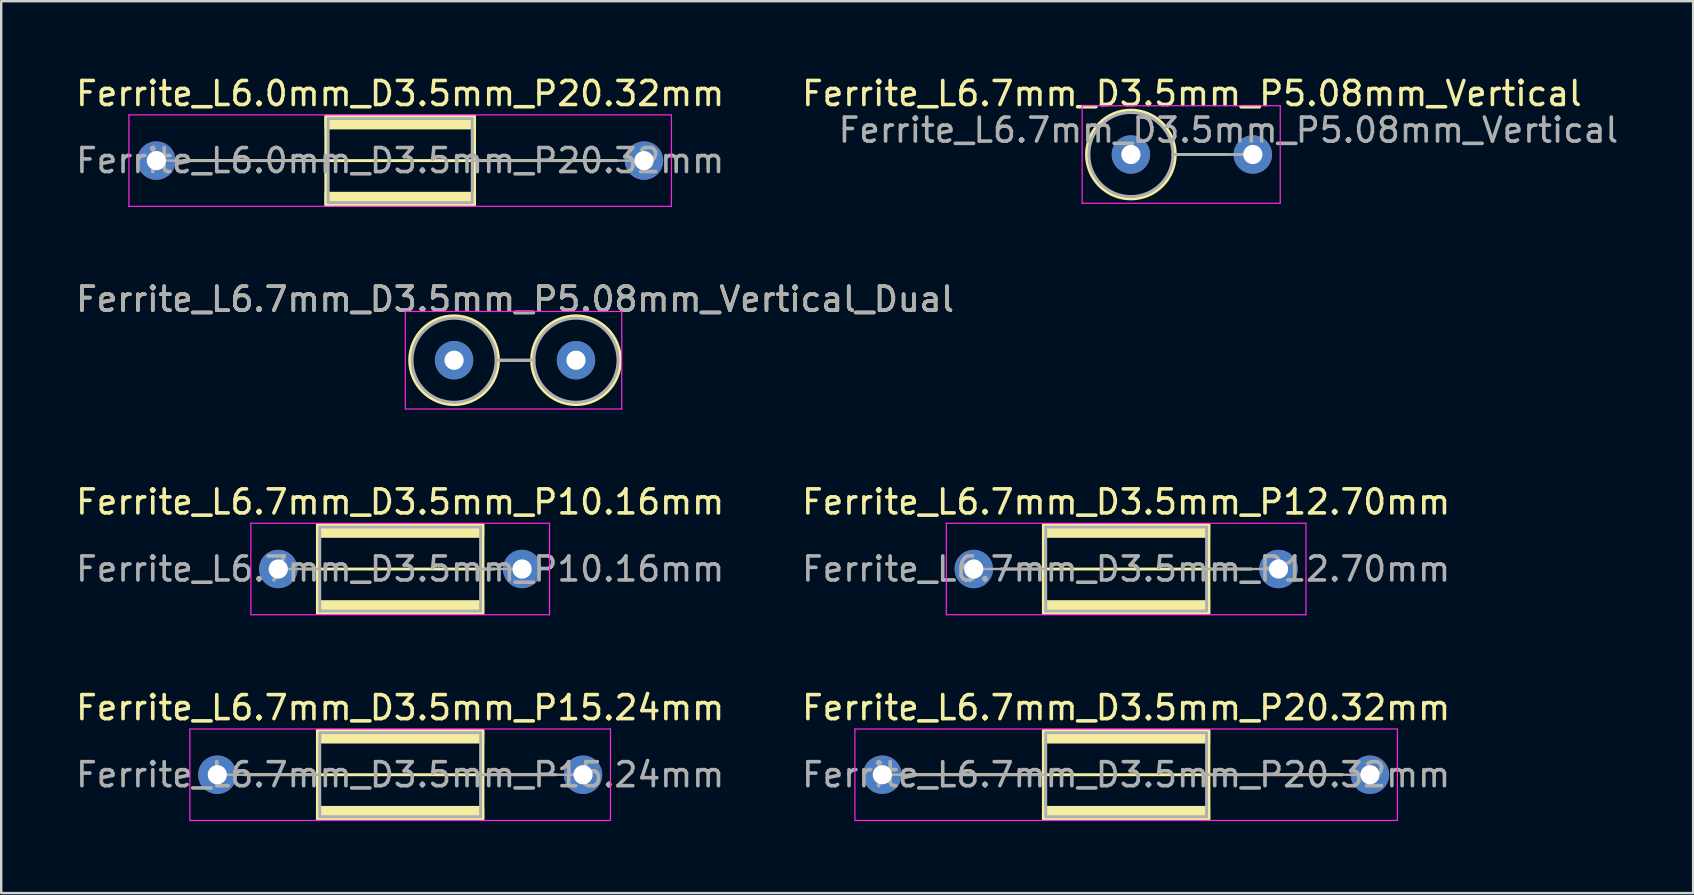
<source format=kicad_pcb>
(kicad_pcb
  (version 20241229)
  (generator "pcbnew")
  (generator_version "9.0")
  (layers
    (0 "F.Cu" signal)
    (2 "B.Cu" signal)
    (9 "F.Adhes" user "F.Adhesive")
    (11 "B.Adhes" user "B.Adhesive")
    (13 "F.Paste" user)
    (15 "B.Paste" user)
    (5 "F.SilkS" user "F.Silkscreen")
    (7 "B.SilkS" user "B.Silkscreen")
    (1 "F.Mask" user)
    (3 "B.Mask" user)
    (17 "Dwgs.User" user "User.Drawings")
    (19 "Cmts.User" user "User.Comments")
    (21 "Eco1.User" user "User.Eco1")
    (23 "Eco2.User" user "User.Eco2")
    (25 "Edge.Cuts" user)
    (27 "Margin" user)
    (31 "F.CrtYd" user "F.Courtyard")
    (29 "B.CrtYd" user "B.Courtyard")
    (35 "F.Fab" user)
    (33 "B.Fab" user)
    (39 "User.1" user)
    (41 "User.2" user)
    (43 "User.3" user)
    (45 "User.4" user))
  (footprint "Ferrite_L6.7mm_D3.5mm_P15.24mm"
    (layer "F.Cu")
    (at 6.005 29.232)
    (property "Reference" "Ferrite_L6.7mm_D3.5mm_P15.24mm" (at 7.62 -2.794 0) (layer "F.SilkS") (effects (font (size 1 1) (thickness 0.15))))
    (fp_line (start 6.694 0.000002) (end 1.143 0) (stroke (width 0.12) (type solid)) (layer "F.SilkS"))
    (fp_line (start 6.694 0.000002) (end 14.097 0) (stroke (width 0.12) (type solid)) (layer "F.SilkS"))
    (fp_rect (start 4.17 -1.85) (end 11.07 1.85) (stroke (width 0.12) (type solid)) (fill no) (layer "F.SilkS"))
    (fp_poly (pts (xy 4.17 1.35) (xy 11.07 1.35) (xy 11.07 1.85) (xy 4.17 1.85)) (stroke (width 0.1) (type solid)) (fill yes) (layer "F.SilkS"))
    (fp_poly (pts (xy 11.07 -1.35) (xy 4.17 -1.35) (xy 4.17 -1.85) (xy 11.07 -1.85)) (stroke (width 0.1) (type solid)) (fill yes) (layer "F.SilkS"))
    (fp_line (start -1.143 -1.905) (end 16.383 -1.905) (stroke (width 0.05) (type solid)) (layer "F.CrtYd"))
    (fp_line (start -1.143 1.905) (end -1.143 -1.905) (stroke (width 0.05) (type solid)) (layer "F.CrtYd"))
    (fp_line (start 16.383 -1.905) (end 16.383 1.905) (stroke (width 0.05) (type solid)) (layer "F.CrtYd"))
    (fp_line (start 16.383 1.905) (end -1.143 1.905) (stroke (width 0.05) (type solid)) (layer "F.CrtYd"))
    (fp_line (start 0 0) (end 4.27 0) (stroke (width 0.1) (type solid)) (layer "F.Fab"))
    (fp_line (start 4.27 -1.75) (end 10.97 -1.75) (stroke (width 0.12) (type solid)) (layer "F.Fab"))
    (fp_line (start 4.27 1.75) (end 4.27 -1.75) (stroke (width 0.12) (type solid)) (layer "F.Fab"))
    (fp_line (start 10.97 -1.75) (end 10.97 1.75) (stroke (width 0.12) (type solid)) (layer "F.Fab"))
    (fp_line (start 10.97 1.75) (end 4.27 1.75) (stroke (width 0.12) (type solid)) (layer "F.Fab"))
    (fp_line (start 15.24 0) (end 10.97 0) (stroke (width 0.1) (type solid)) (layer "F.Fab"))
    (fp_text user "${REFERENCE}" (at 7.62 0 0) (layer "F.Fab") (effects (font (size 1 1) (thickness 0.15))))
    (pad "1" thru_hole circle (at 0 0) (size 1.6 1.6) (drill 0.8) (layers "*.Cu" "*.Mask"))
    (pad "2" thru_hole circle (at 15.24 0) (size 1.6 1.6) (drill 0.8) (layers "*.Cu" "*.Mask")))
  (footprint "Ferrite_L6.0mm_D3.5mm_P20.32mm"
    (layer "F.Cu")
    (at 3.465 3.642)
    (property "Reference" "Ferrite_L6.0mm_D3.5mm_P20.32mm" (at 10.16 -2.794 0) (layer "F.SilkS") (effects (font (size 1 1) (thickness 0.15))))
    (fp_line (start 11.774 0.000002) (end 1.143 0) (stroke (width 0.12) (type solid)) (layer "F.SilkS"))
    (fp_line (start 11.774 0.000002) (end 19.177 0) (stroke (width 0.12) (type solid)) (layer "F.SilkS"))
    (fp_rect (start 7.06 -1.85) (end 13.26 1.85) (stroke (width 0.12) (type solid)) (fill no) (layer "F.SilkS"))
    (fp_poly (pts (xy 7.06 1.35) (xy 13.26 1.35) (xy 13.26 1.85) (xy 7.06 1.85)) (stroke (width 0.1) (type solid)) (fill yes) (layer "F.SilkS"))
    (fp_poly (pts (xy 13.26 -1.35) (xy 7.06 -1.35) (xy 7.06 -1.85) (xy 13.26 -1.85)) (stroke (width 0.1) (type solid)) (fill yes) (layer "F.SilkS"))
    (fp_line (start -1.143 -1.905) (end 21.463 -1.905) (stroke (width 0.05) (type solid)) (layer "F.CrtYd"))
    (fp_line (start -1.143 1.905) (end -1.143 -1.905) (stroke (width 0.05) (type solid)) (layer "F.CrtYd"))
    (fp_line (start 21.463 -1.905) (end 21.463 1.905) (stroke (width 0.05) (type solid)) (layer "F.CrtYd"))
    (fp_line (start 21.463 1.905) (end -1.143 1.905) (stroke (width 0.05) (type solid)) (layer "F.CrtYd"))
    (fp_line (start 0 0) (end 7.16 0) (stroke (width 0.1) (type solid)) (layer "F.Fab"))
    (fp_line (start 7.16 -1.75) (end 13.16 -1.75) (stroke (width 0.12) (type solid)) (layer "F.Fab"))
    (fp_line (start 7.16 1.75) (end 7.16 -1.75) (stroke (width 0.12) (type solid)) (layer "F.Fab"))
    (fp_line (start 13.16 -1.75) (end 13.16 1.75) (stroke (width 0.12) (type solid)) (layer "F.Fab"))
    (fp_line (start 13.16 1.75) (end 7.16 1.75) (stroke (width 0.12) (type solid)) (layer "F.Fab"))
    (fp_line (start 20.32 0) (end 13.16 0) (stroke (width 0.1) (type solid)) (layer "F.Fab"))
    (fp_text user "${REFERENCE}" (at 10.16 0 0) (layer "F.Fab") (effects (font (size 1 1) (thickness 0.15))))
    (pad "1" thru_hole circle (at 0 0) (size 1.6 1.6) (drill 0.8) (layers "*.Cu" "*.Mask"))
    (pad "2" thru_hole circle (at 20.32 0) (size 1.6 1.6) (drill 0.8) (layers "*.Cu" "*.Mask")))
  (footprint "Ferrite_L6.7mm_D3.5mm_P12.70mm"
    (layer "F.Cu")
    (at 37.525 20.66)
    (property "Reference" "Ferrite_L6.7mm_D3.5mm_P12.70mm" (at 6.35 -2.794 0) (layer "F.SilkS") (effects (font (size 1 1) (thickness 0.15))))
    (fp_line (start 6.694 0.000002) (end 1.143 0) (stroke (width 0.12) (type solid)) (layer "F.SilkS"))
    (fp_line (start 6.694 0.000002) (end 11.557 0) (stroke (width 0.12) (type solid)) (layer "F.SilkS"))
    (fp_rect (start 2.9 -1.85) (end 9.8 1.85) (stroke (width 0.12) (type solid)) (fill no) (layer "F.SilkS"))
    (fp_poly (pts (xy 2.9 1.35) (xy 9.8 1.35) (xy 9.8 1.85) (xy 2.9 1.85)) (stroke (width 0.1) (type solid)) (fill yes) (layer "F.SilkS"))
    (fp_poly (pts (xy 9.8 -1.35) (xy 2.9 -1.35) (xy 2.9 -1.85) (xy 9.8 -1.85)) (stroke (width 0.1) (type solid)) (fill yes) (layer "F.SilkS"))
    (fp_line (start -1.143 -1.905) (end 13.843 -1.905) (stroke (width 0.05) (type solid)) (layer "F.CrtYd"))
    (fp_line (start -1.143 1.905) (end -1.143 -1.905) (stroke (width 0.05) (type solid)) (layer "F.CrtYd"))
    (fp_line (start 13.843 -1.905) (end 13.843 1.905) (stroke (width 0.05) (type solid)) (layer "F.CrtYd"))
    (fp_line (start 13.843 1.905) (end -1.143 1.905) (stroke (width 0.05) (type solid)) (layer "F.CrtYd"))
    (fp_line (start 0 0) (end 3 0) (stroke (width 0.1) (type solid)) (layer "F.Fab"))
    (fp_line (start 3 -1.75) (end 9.7 -1.75) (stroke (width 0.12) (type solid)) (layer "F.Fab"))
    (fp_line (start 3 1.75) (end 3 -1.75) (stroke (width 0.12) (type solid)) (layer "F.Fab"))
    (fp_line (start 9.7 -1.75) (end 9.7 1.75) (stroke (width 0.12) (type solid)) (layer "F.Fab"))
    (fp_line (start 9.7 1.75) (end 3 1.75) (stroke (width 0.12) (type solid)) (layer "F.Fab"))
    (fp_line (start 12.7 0) (end 9.7 0) (stroke (width 0.1) (type solid)) (layer "F.Fab"))
    (fp_text user "${REFERENCE}" (at 6.35 0 0) (layer "F.Fab") (effects (font (size 1 1) (thickness 0.15))))
    (pad "1" thru_hole circle (at 0 0) (size 1.6 1.6) (drill 0.8) (layers "*.Cu" "*.Mask"))
    (pad "2" thru_hole circle (at 12.7 0) (size 1.6 1.6) (drill 0.8) (layers "*.Cu" "*.Mask")))
  (footprint "Ferrite_L6.7mm_D3.5mm_P10.16mm"
    (layer "F.Cu")
    (at 8.545 20.66)
    (property "Reference" "Ferrite_L6.7mm_D3.5mm_P10.16mm" (at 5.08 -2.794 0) (layer "F.SilkS") (effects (font (size 1 1) (thickness 0.15))))
    (fp_line (start 6.694 0.000002) (end 1.143 0) (stroke (width 0.12) (type solid)) (layer "F.SilkS"))
    (fp_line (start 6.694 0.000002) (end 9.017 0) (stroke (width 0.12) (type solid)) (layer "F.SilkS"))
    (fp_rect (start 1.63 -1.85) (end 8.53 1.85) (stroke (width 0.12) (type solid)) (fill no) (layer "F.SilkS"))
    (fp_poly (pts (xy 1.63 1.35) (xy 8.53 1.35) (xy 8.53 1.85) (xy 1.63 1.85)) (stroke (width 0.1) (type solid)) (fill yes) (layer "F.SilkS"))
    (fp_poly (pts (xy 8.53 -1.35) (xy 1.63 -1.35) (xy 1.63 -1.85) (xy 8.53 -1.85)) (stroke (width 0.1) (type solid)) (fill yes) (layer "F.SilkS"))
    (fp_line (start -1.143 -1.905) (end 11.303 -1.905) (stroke (width 0.05) (type solid)) (layer "F.CrtYd"))
    (fp_line (start -1.143 1.905) (end -1.143 -1.905) (stroke (width 0.05) (type solid)) (layer "F.CrtYd"))
    (fp_line (start 11.303 -1.905) (end 11.303 1.905) (stroke (width 0.05) (type solid)) (layer "F.CrtYd"))
    (fp_line (start 11.303 1.905) (end -1.143 1.905) (stroke (width 0.05) (type solid)) (layer "F.CrtYd"))
    (fp_line (start 1.73 -1.75) (end 8.43 -1.75) (stroke (width 0.12) (type solid)) (layer "F.Fab"))
    (fp_line (start 1.73 0) (end 0 0) (stroke (width 0.1) (type solid)) (layer "F.Fab"))
    (fp_line (start 1.73 1.75) (end 1.73 -1.75) (stroke (width 0.12) (type solid)) (layer "F.Fab"))
    (fp_line (start 8.43 -1.75) (end 8.43 1.75) (stroke (width 0.12) (type solid)) (layer "F.Fab"))
    (fp_line (start 8.43 0) (end 10.16 0) (stroke (width 0.1) (type solid)) (layer "F.Fab"))
    (fp_line (start 8.43 1.75) (end 1.73 1.75) (stroke (width 0.12) (type solid)) (layer "F.Fab"))
    (fp_text user "${REFERENCE}" (at 5.08 0 0) (layer "F.Fab") (effects (font (size 1 1) (thickness 0.15))))
    (pad "1" thru_hole circle (at 0 0) (size 1.6 1.6) (drill 0.8) (layers "*.Cu" "*.Mask"))
    (pad "2" thru_hole circle (at 10.16 0) (size 1.6 1.6) (drill 0.8) (layers "*.Cu" "*.Mask")))
  (footprint "Ferrite_L6.7mm_D3.5mm_P5.08mm_Vertical_Dual"
    (layer "F.Cu")
    (at 15.871 11.96)
    (property "Reference" "Ferrite_L6.7mm_D3.5mm_P5.08mm_Vertical_Dual" (at 2.54 -2.54 0) (layer "F.SilkS") (effects (font (size 1 1) (thickness 0.15))))
    (fp_line (start 1.85 0) (end 3.23 0) (stroke (width 0.12) (type solid)) (layer "F.SilkS"))
    (fp_circle (center 0 0) (end 0 -1.85) (stroke (width 0.12) (type solid)) (fill no) (layer "F.SilkS"))
    (fp_circle (center 5.08 0) (end 5.08 -1.85) (stroke (width 0.12) (type solid)) (fill no) (layer "F.SilkS"))
    (fp_line (start -2.032 -2.032) (end 6.985 -2.032) (stroke (width 0.05) (type solid)) (layer "F.CrtYd"))
    (fp_line (start -2.032 2.032) (end -2.032 -2.032) (stroke (width 0.05) (type solid)) (layer "F.CrtYd"))
    (fp_line (start 6.985 -2.032) (end 6.985 2.032) (stroke (width 0.05) (type solid)) (layer "F.CrtYd"))
    (fp_line (start 6.985 2.032) (end -2.032 2.032) (stroke (width 0.05) (type solid)) (layer "F.CrtYd"))
    (fp_line (start 1.75 0) (end 3.33 0) (stroke (width 0.12) (type solid)) (layer "F.Fab"))
    (fp_circle (center 0 0) (end 0 -1.75) (stroke (width 0.12) (type solid)) (fill no) (layer "F.Fab"))
    (fp_circle (center 5.08 0) (end 5.08 -1.75) (stroke (width 0.12) (type solid)) (fill no) (layer "F.Fab"))
    (fp_text user "${REFERENCE}" (at 2.54 -2.539 0) (layer "F.Fab") (effects (font (size 1 1) (thickness 0.15))))
    (pad "1" thru_hole circle (at 0 0) (size 1.6 1.6) (drill 0.8) (layers "*.Cu" "*.Mask"))
    (pad "2" thru_hole circle (at 5.08 0) (size 1.6 1.6) (drill 0.8) (layers "*.Cu" "*.Mask")))
  (footprint "Ferrite_L6.7mm_D3.5mm_P20.32mm"
    (layer "F.Cu")
    (at 33.715 29.232)
    (property "Reference" "Ferrite_L6.7mm_D3.5mm_P20.32mm" (at 10.16 -2.794 0) (layer "F.SilkS") (effects (font (size 1 1) (thickness 0.15))))
    (fp_line (start 6.694 0.000002) (end 1.143 0) (stroke (width 0.12) (type solid)) (layer "F.SilkS"))
    (fp_line (start 6.694 0.000002) (end 19.177 0) (stroke (width 0.12) (type solid)) (layer "F.SilkS"))
    (fp_rect (start 6.71 -1.85) (end 13.61 1.85) (stroke (width 0.12) (type solid)) (fill no) (layer "F.SilkS"))
    (fp_poly (pts (xy 6.71 1.35) (xy 13.61 1.35) (xy 13.61 1.85) (xy 6.71 1.85)) (stroke (width 0.1) (type solid)) (fill yes) (layer "F.SilkS"))
    (fp_poly (pts (xy 13.61 -1.35) (xy 6.71 -1.35) (xy 6.71 -1.85) (xy 13.61 -1.85)) (stroke (width 0.1) (type solid)) (fill yes) (layer "F.SilkS"))
    (fp_line (start -1.143 -1.905) (end 21.463 -1.905) (stroke (width 0.05) (type solid)) (layer "F.CrtYd"))
    (fp_line (start -1.143 1.905) (end -1.143 -1.905) (stroke (width 0.05) (type solid)) (layer "F.CrtYd"))
    (fp_line (start 21.463 -1.905) (end 21.463 1.905) (stroke (width 0.05) (type solid)) (layer "F.CrtYd"))
    (fp_line (start 21.463 1.905) (end -1.143 1.905) (stroke (width 0.05) (type solid)) (layer "F.CrtYd"))
    (fp_line (start 0 0) (end 6.81 0) (stroke (width 0.1) (type solid)) (layer "F.Fab"))
    (fp_line (start 6.81 -1.75) (end 13.51 -1.75) (stroke (width 0.12) (type solid)) (layer "F.Fab"))
    (fp_line (start 6.81 1.75) (end 6.81 -1.75) (stroke (width 0.12) (type solid)) (layer "F.Fab"))
    (fp_line (start 13.51 -1.75) (end 13.51 1.75) (stroke (width 0.12) (type solid)) (layer "F.Fab"))
    (fp_line (start 13.51 1.75) (end 6.81 1.75) (stroke (width 0.12) (type solid)) (layer "F.Fab"))
    (fp_line (start 20.32 0) (end 13.51 0) (stroke (width 0.1) (type solid)) (layer "F.Fab"))
    (fp_text user "${REFERENCE}" (at 10.16 0 0) (layer "F.Fab") (effects (font (size 1 1) (thickness 0.15))))
    (pad "1" thru_hole circle (at 0 0) (size 1.6 1.6) (drill 0.8) (layers "*.Cu" "*.Mask"))
    (pad "2" thru_hole circle (at 20.32 0) (size 1.6 1.6) (drill 0.8) (layers "*.Cu" "*.Mask")))
  (footprint "Ferrite_L6.7mm_D3.5mm_P5.08mm_Vertical"
    (layer "F.Cu")
    (at 44.073 3.388)
    (property "Reference" "Ferrite_L6.7mm_D3.5mm_P5.08mm_Vertical" (at 2.54 -2.54 0) (layer "F.SilkS") (effects (font (size 1 1) (thickness 0.15))))
    (fp_line (start 1.85 0) (end 3.937 0) (stroke (width 0.12) (type solid)) (layer "F.SilkS"))
    (fp_circle (center 0 0) (end 0 -1.85) (stroke (width 0.12) (type solid)) (fill no) (layer "F.SilkS"))
    (fp_line (start -2.032 -2.032) (end 6.223 -2.032) (stroke (width 0.05) (type solid)) (layer "F.CrtYd"))
    (fp_line (start -2.032 2.032) (end -2.032 -2.032) (stroke (width 0.05) (type solid)) (layer "F.CrtYd"))
    (fp_line (start 6.223 -2.032) (end 6.223 2.032) (stroke (width 0.05) (type solid)) (layer "F.CrtYd"))
    (fp_line (start 6.223 2.032) (end -2.032 2.032) (stroke (width 0.05) (type solid)) (layer "F.CrtYd"))
    (fp_line (start 1.75 0) (end 5.08 0) (stroke (width 0.12) (type solid)) (layer "F.Fab"))
    (fp_circle (center 0 0) (end 0 -1.75) (stroke (width 0.12) (type solid)) (fill no) (layer "F.Fab"))
    (fp_text user "${REFERENCE}" (at 4.064 -1.016 0) (layer "F.Fab") (effects (font (size 1 1) (thickness 0.15))))
    (pad "1" thru_hole circle (at 0 0) (size 1.6 1.6) (drill 0.8) (layers "*.Cu" "*.Mask"))
    (pad "2" thru_hole circle (at 5.08 0) (size 1.6 1.6) (drill 0.8) (layers "*.Cu" "*.Mask")))
  (gr_rect
    (start -3 -3)
    (end 67.5 34.162)
    (stroke (width 0.1) (type default))
    (fill no)
    (layer "Edge.Cuts")))
</source>
